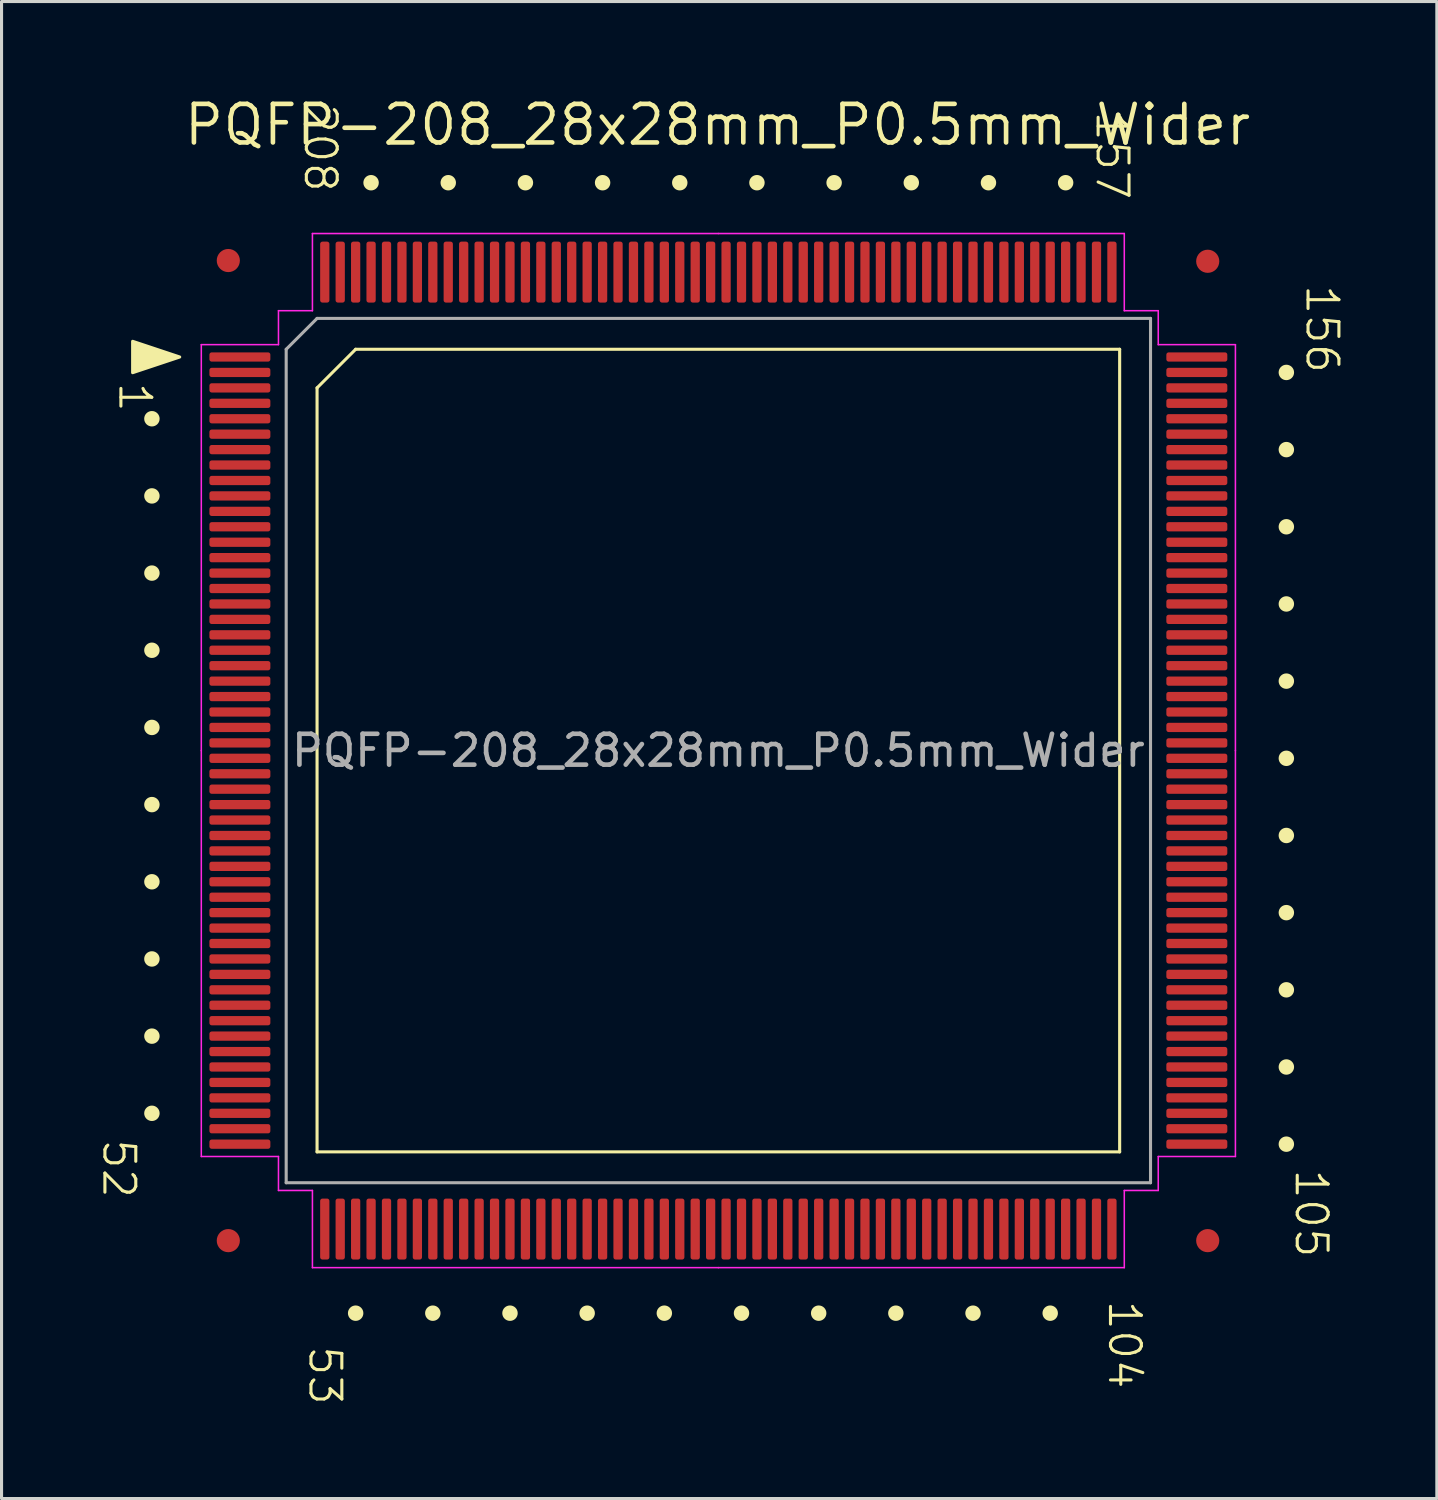
<source format=kicad_pcb>
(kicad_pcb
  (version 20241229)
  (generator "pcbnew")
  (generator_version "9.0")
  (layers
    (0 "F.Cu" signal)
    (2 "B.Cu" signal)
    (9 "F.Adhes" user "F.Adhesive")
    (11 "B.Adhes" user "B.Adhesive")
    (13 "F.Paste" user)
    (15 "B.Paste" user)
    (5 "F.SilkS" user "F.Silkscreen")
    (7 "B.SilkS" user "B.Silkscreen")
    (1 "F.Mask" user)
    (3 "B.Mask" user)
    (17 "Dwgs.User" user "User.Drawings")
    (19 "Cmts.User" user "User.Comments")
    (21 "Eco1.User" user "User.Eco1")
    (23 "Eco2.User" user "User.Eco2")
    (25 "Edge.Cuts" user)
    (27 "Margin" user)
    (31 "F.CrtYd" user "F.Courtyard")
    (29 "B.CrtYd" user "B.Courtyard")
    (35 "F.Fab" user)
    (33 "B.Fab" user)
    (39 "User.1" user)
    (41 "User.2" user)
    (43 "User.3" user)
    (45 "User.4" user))
  (footprint "PQFP-208_28x28mm_P0.5mm_Wider"
    (layer "F.Cu")
    (at 20.221 21.265)
    (property "Reference" "PQFP-208_28x28mm_P0.5mm_Wider" (at -0.025 -20.271 0) (layer "F.SilkS") (effects (font (size 1.25 1.25) (thickness 0.15))))
    (attr smd)
    (fp_rect (start -14.353 -17.375) (end -17.353 -14.375) (stroke (width 0) (type solid)) (fill yes) (layer "F.Mask"))
    (fp_rect (start -14.353 14.375) (end -17.353 17.375) (stroke (width 0) (type solid)) (fill yes) (layer "F.Mask"))
    (fp_rect (start 17.374 -17.374) (end 14.374 -14.374) (stroke (width 0) (type solid)) (fill yes) (layer "F.Mask"))
    (fp_rect (start 17.375 14.375) (end 14.375 17.375) (stroke (width 0) (type solid)) (fill yes) (layer "F.Mask"))
    (fp_line (start -13 -11.75) (end -11.75 -13) (stroke (width 0.1) (type solid)) (layer "F.SilkS"))
    (fp_line (start -13 13) (end -13 -11.75) (stroke (width 0.1) (type solid)) (layer "F.SilkS"))
    (fp_line (start -11.75 -13) (end 13 -13) (stroke (width 0.1) (type solid)) (layer "F.SilkS"))
    (fp_line (start 13 -13) (end 13 13) (stroke (width 0.1) (type solid)) (layer "F.SilkS"))
    (fp_line (start 13 13) (end -13 13) (stroke (width 0.1) (type solid)) (layer "F.SilkS"))
    (fp_circle (center -18.35 -10.75) (end -18.15 -10.75) (stroke (width 0.1) (type solid)) (fill yes) (layer "F.SilkS"))
    (fp_circle (center -18.35 -8.25) (end -18.15 -8.25) (stroke (width 0.1) (type solid)) (fill yes) (layer "F.SilkS"))
    (fp_circle (center -18.35 -5.75) (end -18.15 -5.75) (stroke (width 0.1) (type solid)) (fill yes) (layer "F.SilkS"))
    (fp_circle (center -18.35 -3.25) (end -18.15 -3.25) (stroke (width 0.1) (type solid)) (fill yes) (layer "F.SilkS"))
    (fp_circle (center -18.35 -0.75) (end -18.15 -0.75) (stroke (width 0.1) (type solid)) (fill yes) (layer "F.SilkS"))
    (fp_circle (center -18.35 1.75) (end -18.15 1.75) (stroke (width 0.1) (type solid)) (fill yes) (layer "F.SilkS"))
    (fp_circle (center -18.35 4.25) (end -18.15 4.25) (stroke (width 0.1) (type solid)) (fill yes) (layer "F.SilkS"))
    (fp_circle (center -18.35 6.75) (end -18.15 6.75) (stroke (width 0.1) (type solid)) (fill yes) (layer "F.SilkS"))
    (fp_circle (center -18.35 9.25) (end -18.15 9.25) (stroke (width 0.1) (type solid)) (fill yes) (layer "F.SilkS"))
    (fp_circle (center -18.35 11.75) (end -18.15 11.75) (stroke (width 0.1) (type solid)) (fill yes) (layer "F.SilkS"))
    (fp_circle (center -11.75 18.225) (end -11.55 18.225) (stroke (width 0.1) (type solid)) (fill yes) (layer "F.SilkS"))
    (fp_circle (center -11.25 -18.396) (end -11.05 -18.396) (stroke (width 0.1) (type solid)) (fill yes) (layer "F.SilkS"))
    (fp_circle (center -9.25 18.225) (end -9.05 18.225) (stroke (width 0.1) (type solid)) (fill yes) (layer "F.SilkS"))
    (fp_circle (center -8.75 -18.396) (end -8.55 -18.396) (stroke (width 0.1) (type solid)) (fill yes) (layer "F.SilkS"))
    (fp_circle (center -6.75 18.225) (end -6.55 18.225) (stroke (width 0.1) (type solid)) (fill yes) (layer "F.SilkS"))
    (fp_circle (center -6.25 -18.396) (end -6.05 -18.396) (stroke (width 0.1) (type solid)) (fill yes) (layer "F.SilkS"))
    (fp_circle (center -4.25 18.225) (end -4.05 18.225) (stroke (width 0.1) (type solid)) (fill yes) (layer "F.SilkS"))
    (fp_circle (center -3.75 -18.396) (end -3.55 -18.396) (stroke (width 0.1) (type solid)) (fill yes) (layer "F.SilkS"))
    (fp_circle (center -1.75 18.225) (end -1.55 18.225) (stroke (width 0.1) (type solid)) (fill yes) (layer "F.SilkS"))
    (fp_circle (center -1.25 -18.396) (end -1.05 -18.396) (stroke (width 0.1) (type solid)) (fill yes) (layer "F.SilkS"))
    (fp_circle (center 0.75 18.225) (end 0.95 18.225) (stroke (width 0.1) (type solid)) (fill yes) (layer "F.SilkS"))
    (fp_circle (center 1.25 -18.396) (end 1.45 -18.396) (stroke (width 0.1) (type solid)) (fill yes) (layer "F.SilkS"))
    (fp_circle (center 3.25 18.225) (end 3.45 18.225) (stroke (width 0.1) (type solid)) (fill yes) (layer "F.SilkS"))
    (fp_circle (center 3.75 -18.396) (end 3.95 -18.396) (stroke (width 0.1) (type solid)) (fill yes) (layer "F.SilkS"))
    (fp_circle (center 5.75 18.225) (end 5.95 18.225) (stroke (width 0.1) (type solid)) (fill yes) (layer "F.SilkS"))
    (fp_circle (center 6.25 -18.396) (end 6.45 -18.396) (stroke (width 0.1) (type solid)) (fill yes) (layer "F.SilkS"))
    (fp_circle (center 8.25 18.225) (end 8.45 18.225) (stroke (width 0.1) (type solid)) (fill yes) (layer "F.SilkS"))
    (fp_circle (center 8.75 -18.396) (end 8.95 -18.396) (stroke (width 0.1) (type solid)) (fill yes) (layer "F.SilkS"))
    (fp_circle (center 10.75 18.225) (end 10.95 18.225) (stroke (width 0.1) (type solid)) (fill yes) (layer "F.SilkS"))
    (fp_circle (center 11.25 -18.396) (end 11.45 -18.396) (stroke (width 0.1) (type solid)) (fill yes) (layer "F.SilkS"))
    (fp_circle (center 18.4 -12.25) (end 18.6 -12.25) (stroke (width 0.1) (type solid)) (fill yes) (layer "F.SilkS"))
    (fp_circle (center 18.4 -9.75) (end 18.6 -9.75) (stroke (width 0.1) (type solid)) (fill yes) (layer "F.SilkS"))
    (fp_circle (center 18.4 -7.25) (end 18.6 -7.25) (stroke (width 0.1) (type solid)) (fill yes) (layer "F.SilkS"))
    (fp_circle (center 18.4 -4.75) (end 18.6 -4.75) (stroke (width 0.1) (type solid)) (fill yes) (layer "F.SilkS"))
    (fp_circle (center 18.4 -2.25) (end 18.6 -2.25) (stroke (width 0.1) (type solid)) (fill yes) (layer "F.SilkS"))
    (fp_circle (center 18.4 0.25) (end 18.6 0.25) (stroke (width 0.1) (type solid)) (fill yes) (layer "F.SilkS"))
    (fp_circle (center 18.4 2.75) (end 18.6 2.75) (stroke (width 0.1) (type solid)) (fill yes) (layer "F.SilkS"))
    (fp_circle (center 18.4 5.25) (end 18.6 5.25) (stroke (width 0.1) (type solid)) (fill yes) (layer "F.SilkS"))
    (fp_circle (center 18.4 7.75) (end 18.6 7.75) (stroke (width 0.1) (type solid)) (fill yes) (layer "F.SilkS"))
    (fp_circle (center 18.4 10.25) (end 18.6 10.25) (stroke (width 0.1) (type solid)) (fill yes) (layer "F.SilkS"))
    (fp_circle (center 18.4 12.75) (end 18.6 12.75) (stroke (width 0.1) (type solid)) (fill yes) (layer "F.SilkS"))
    (fp_poly (pts (xy -17.45 -12.75) (xy -18.974 -13.258) (xy -18.974 -12.242)) (stroke (width 0.1) (type solid)) (fill yes) (layer "F.SilkS"))
    (fp_line (start -16.75 -13.15) (end -16.75 0) (stroke (width 0.05) (type solid)) (layer "F.CrtYd"))
    (fp_line (start -16.75 13.15) (end -16.75 0) (stroke (width 0.05) (type solid)) (layer "F.CrtYd"))
    (fp_line (start -14.25 -14.25) (end -14.25 -13.15) (stroke (width 0.05) (type solid)) (layer "F.CrtYd"))
    (fp_line (start -14.25 -13.15) (end -16.75 -13.15) (stroke (width 0.05) (type solid)) (layer "F.CrtYd"))
    (fp_line (start -14.25 13.15) (end -16.75 13.15) (stroke (width 0.05) (type solid)) (layer "F.CrtYd"))
    (fp_line (start -14.25 14.25) (end -14.25 13.15) (stroke (width 0.05) (type solid)) (layer "F.CrtYd"))
    (fp_line (start -13.15 -16.75) (end -13.15 -14.25) (stroke (width 0.05) (type solid)) (layer "F.CrtYd"))
    (fp_line (start -13.15 -14.25) (end -14.25 -14.25) (stroke (width 0.05) (type solid)) (layer "F.CrtYd"))
    (fp_line (start -13.15 14.25) (end -14.25 14.25) (stroke (width 0.05) (type solid)) (layer "F.CrtYd"))
    (fp_line (start -13.15 16.75) (end -13.15 14.25) (stroke (width 0.05) (type solid)) (layer "F.CrtYd"))
    (fp_line (start 0 -16.75) (end -13.15 -16.75) (stroke (width 0.05) (type solid)) (layer "F.CrtYd"))
    (fp_line (start 0 -16.75) (end 13.15 -16.75) (stroke (width 0.05) (type solid)) (layer "F.CrtYd"))
    (fp_line (start 0 16.75) (end -13.15 16.75) (stroke (width 0.05) (type solid)) (layer "F.CrtYd"))
    (fp_line (start 0 16.75) (end 13.15 16.75) (stroke (width 0.05) (type solid)) (layer "F.CrtYd"))
    (fp_line (start 13.15 -16.75) (end 13.15 -14.25) (stroke (width 0.05) (type solid)) (layer "F.CrtYd"))
    (fp_line (start 13.15 -14.25) (end 14.25 -14.25) (stroke (width 0.05) (type solid)) (layer "F.CrtYd"))
    (fp_line (start 13.15 14.25) (end 14.25 14.25) (stroke (width 0.05) (type solid)) (layer "F.CrtYd"))
    (fp_line (start 13.15 16.75) (end 13.15 14.25) (stroke (width 0.05) (type solid)) (layer "F.CrtYd"))
    (fp_line (start 14.25 -14.25) (end 14.25 -13.15) (stroke (width 0.05) (type solid)) (layer "F.CrtYd"))
    (fp_line (start 14.25 -13.15) (end 16.75 -13.15) (stroke (width 0.05) (type solid)) (layer "F.CrtYd"))
    (fp_line (start 14.25 13.15) (end 16.75 13.15) (stroke (width 0.05) (type solid)) (layer "F.CrtYd"))
    (fp_line (start 14.25 14.25) (end 14.25 13.15) (stroke (width 0.05) (type solid)) (layer "F.CrtYd"))
    (fp_line (start 16.75 -13.15) (end 16.75 0) (stroke (width 0.05) (type solid)) (layer "F.CrtYd"))
    (fp_line (start 16.75 13.15) (end 16.75 0) (stroke (width 0.05) (type solid)) (layer "F.CrtYd"))
    (fp_line (start -14 -13) (end -13 -14) (stroke (width 0.1) (type solid)) (layer "F.Fab"))
    (fp_line (start -14 14) (end -14 -13) (stroke (width 0.1) (type solid)) (layer "F.Fab"))
    (fp_line (start -13 -14) (end 14 -14) (stroke (width 0.1) (type solid)) (layer "F.Fab"))
    (fp_line (start 14 -14) (end 14 14) (stroke (width 0.1) (type solid)) (layer "F.Fab"))
    (fp_line (start 14 14) (end -14 14) (stroke (width 0.1) (type solid)) (layer "F.Fab"))
    (fp_text user "156" (at 18.975 -15.15 270) (unlocked yes) (layer "F.SilkS") (effects (font (size 1 1) (thickness 0.1)) (justify left bottom)))
    (fp_text user "52" (at -20 12.525 270) (unlocked yes) (layer "F.SilkS") (effects (font (size 1 1) (thickness 0.1)) (justify left bottom)))
    (fp_text user "208" (at -13.475 -21.021 270) (unlocked yes) (layer "F.SilkS") (effects (font (size 1 1) (thickness 0.1)) (justify left bottom)))
    (fp_text user "105" (at 18.625 13.5 270) (unlocked yes) (layer "F.SilkS") (effects (font (size 1 1) (thickness 0.1)) (justify left bottom)))
    (fp_text user "104" (at 12.575 17.75 270) (unlocked yes) (layer "F.SilkS") (effects (font (size 1 1) (thickness 0.1)) (justify left bottom)))
    (fp_text user "1" (at -19.482 -11.988 270) (unlocked yes) (layer "F.SilkS") (effects (font (size 1 1) (thickness 0.1)) (justify left bottom)))
    (fp_text user "157" (at 12.175 -20.771 270) (unlocked yes) (layer "F.SilkS") (effects (font (size 1 1) (thickness 0.1)) (justify left bottom)))
    (fp_text user "53" (at -13.325 19.225 270) (unlocked yes) (layer "F.SilkS") (effects (font (size 1 1) (thickness 0.1)) (justify left bottom)))
    (fp_text user "${REFERENCE}" (at 0 0 0) (layer "F.Fab") (effects (font (size 1 1) (thickness 0.15))))
    (pad "0" smd circle (at -15.875 -15.875 270) (size 0.75 0.75) (layers "F.Cu" "F.Mask" "F.Paste"))
    (pad "0" smd circle (at -15.875 15.875 270) (size 0.75 0.75) (layers "F.Cu" "F.Mask" "F.Paste"))
    (pad "0" smd circle (at 15.853 -15.851 270) (size 0.75 0.75) (layers "F.Cu" "F.Mask" "F.Paste"))
    (pad "0" smd circle (at 15.853 15.875 270) (size 0.75 0.75) (layers "F.Cu" "F.Mask" "F.Paste"))
    (pad "1" smd roundrect (at -15.5 -12.75) (size 1.975 0.3) (layers "F.Cu" "F.Mask" "F.Paste") (roundrect_rratio 0.25))
    (pad "2" smd roundrect (at -15.5 -12.25) (size 1.975 0.3) (layers "F.Cu" "F.Mask" "F.Paste") (roundrect_rratio 0.25))
    (pad "3" smd roundrect (at -15.5 -11.75) (size 1.975 0.3) (layers "F.Cu" "F.Mask" "F.Paste") (roundrect_rratio 0.25))
    (pad "4" smd roundrect (at -15.5 -11.25) (size 1.975 0.3) (layers "F.Cu" "F.Mask" "F.Paste") (roundrect_rratio 0.25))
    (pad "5" smd roundrect (at -15.5 -10.75) (size 1.975 0.3) (layers "F.Cu" "F.Mask" "F.Paste") (roundrect_rratio 0.25))
    (pad "6" smd roundrect (at -15.5 -10.25) (size 1.975 0.3) (layers "F.Cu" "F.Mask" "F.Paste") (roundrect_rratio 0.25))
    (pad "7" smd roundrect (at -15.5 -9.75) (size 1.975 0.3) (layers "F.Cu" "F.Mask" "F.Paste") (roundrect_rratio 0.25))
    (pad "8" smd roundrect (at -15.5 -9.25) (size 1.975 0.3) (layers "F.Cu" "F.Mask" "F.Paste") (roundrect_rratio 0.25))
    (pad "9" smd roundrect (at -15.5 -8.75) (size 1.975 0.3) (layers "F.Cu" "F.Mask" "F.Paste") (roundrect_rratio 0.25))
    (pad "10" smd roundrect (at -15.5 -8.25) (size 1.975 0.3) (layers "F.Cu" "F.Mask" "F.Paste") (roundrect_rratio 0.25))
    (pad "11" smd roundrect (at -15.5 -7.75) (size 1.975 0.3) (layers "F.Cu" "F.Mask" "F.Paste") (roundrect_rratio 0.25))
    (pad "12" smd roundrect (at -15.5 -7.25) (size 1.975 0.3) (layers "F.Cu" "F.Mask" "F.Paste") (roundrect_rratio 0.25))
    (pad "13" smd roundrect (at -15.5 -6.75) (size 1.975 0.3) (layers "F.Cu" "F.Mask" "F.Paste") (roundrect_rratio 0.25))
    (pad "14" smd roundrect (at -15.5 -6.25) (size 1.975 0.3) (layers "F.Cu" "F.Mask" "F.Paste") (roundrect_rratio 0.25))
    (pad "15" smd roundrect (at -15.5 -5.75) (size 1.975 0.3) (layers "F.Cu" "F.Mask" "F.Paste") (roundrect_rratio 0.25))
    (pad "16" smd roundrect (at -15.5 -5.25) (size 1.975 0.3) (layers "F.Cu" "F.Mask" "F.Paste") (roundrect_rratio 0.25))
    (pad "17" smd roundrect (at -15.5 -4.75) (size 1.975 0.3) (layers "F.Cu" "F.Mask" "F.Paste") (roundrect_rratio 0.25))
    (pad "18" smd roundrect (at -15.5 -4.25) (size 1.975 0.3) (layers "F.Cu" "F.Mask" "F.Paste") (roundrect_rratio 0.25))
    (pad "19" smd roundrect (at -15.5 -3.75) (size 1.975 0.3) (layers "F.Cu" "F.Mask" "F.Paste") (roundrect_rratio 0.25))
    (pad "20" smd roundrect (at -15.5 -3.25) (size 1.975 0.3) (layers "F.Cu" "F.Mask" "F.Paste") (roundrect_rratio 0.25))
    (pad "21" smd roundrect (at -15.5 -2.75) (size 1.975 0.3) (layers "F.Cu" "F.Mask" "F.Paste") (roundrect_rratio 0.25))
    (pad "22" smd roundrect (at -15.5 -2.25) (size 1.975 0.3) (layers "F.Cu" "F.Mask" "F.Paste") (roundrect_rratio 0.25))
    (pad "23" smd roundrect (at -15.5 -1.75) (size 1.975 0.3) (layers "F.Cu" "F.Mask" "F.Paste") (roundrect_rratio 0.25))
    (pad "24" smd roundrect (at -15.5 -1.25) (size 1.975 0.3) (layers "F.Cu" "F.Mask" "F.Paste") (roundrect_rratio 0.25))
    (pad "25" smd roundrect (at -15.5 -0.75) (size 1.975 0.3) (layers "F.Cu" "F.Mask" "F.Paste") (roundrect_rratio 0.25))
    (pad "26" smd roundrect (at -15.5 -0.25) (size 1.975 0.3) (layers "F.Cu" "F.Mask" "F.Paste") (roundrect_rratio 0.25))
    (pad "27" smd roundrect (at -15.5 0.25) (size 1.975 0.3) (layers "F.Cu" "F.Mask" "F.Paste") (roundrect_rratio 0.25))
    (pad "28" smd roundrect (at -15.5 0.75) (size 1.975 0.3) (layers "F.Cu" "F.Mask" "F.Paste") (roundrect_rratio 0.25))
    (pad "29" smd roundrect (at -15.5 1.25) (size 1.975 0.3) (layers "F.Cu" "F.Mask" "F.Paste") (roundrect_rratio 0.25))
    (pad "30" smd roundrect (at -15.5 1.75) (size 1.975 0.3) (layers "F.Cu" "F.Mask" "F.Paste") (roundrect_rratio 0.25))
    (pad "31" smd roundrect (at -15.5 2.25) (size 1.975 0.3) (layers "F.Cu" "F.Mask" "F.Paste") (roundrect_rratio 0.25))
    (pad "32" smd roundrect (at -15.5 2.75) (size 1.975 0.3) (layers "F.Cu" "F.Mask" "F.Paste") (roundrect_rratio 0.25))
    (pad "33" smd roundrect (at -15.5 3.25) (size 1.975 0.3) (layers "F.Cu" "F.Mask" "F.Paste") (roundrect_rratio 0.25))
    (pad "34" smd roundrect (at -15.5 3.75) (size 1.975 0.3) (layers "F.Cu" "F.Mask" "F.Paste") (roundrect_rratio 0.25))
    (pad "35" smd roundrect (at -15.5 4.25) (size 1.975 0.3) (layers "F.Cu" "F.Mask" "F.Paste") (roundrect_rratio 0.25))
    (pad "36" smd roundrect (at -15.5 4.75) (size 1.975 0.3) (layers "F.Cu" "F.Mask" "F.Paste") (roundrect_rratio 0.25))
    (pad "37" smd roundrect (at -15.5 5.25) (size 1.975 0.3) (layers "F.Cu" "F.Mask" "F.Paste") (roundrect_rratio 0.25))
    (pad "38" smd roundrect (at -15.5 5.75) (size 1.975 0.3) (layers "F.Cu" "F.Mask" "F.Paste") (roundrect_rratio 0.25))
    (pad "39" smd roundrect (at -15.5 6.25) (size 1.975 0.3) (layers "F.Cu" "F.Mask" "F.Paste") (roundrect_rratio 0.25))
    (pad "40" smd roundrect (at -15.5 6.75) (size 1.975 0.3) (layers "F.Cu" "F.Mask" "F.Paste") (roundrect_rratio 0.25))
    (pad "41" smd roundrect (at -15.5 7.25) (size 1.975 0.3) (layers "F.Cu" "F.Mask" "F.Paste") (roundrect_rratio 0.25))
    (pad "42" smd roundrect (at -15.5 7.75) (size 1.975 0.3) (layers "F.Cu" "F.Mask" "F.Paste") (roundrect_rratio 0.25))
    (pad "43" smd roundrect (at -15.5 8.25) (size 1.975 0.3) (layers "F.Cu" "F.Mask" "F.Paste") (roundrect_rratio 0.25))
    (pad "44" smd roundrect (at -15.5 8.75) (size 1.975 0.3) (layers "F.Cu" "F.Mask" "F.Paste") (roundrect_rratio 0.25))
    (pad "45" smd roundrect (at -15.5 9.25) (size 1.975 0.3) (layers "F.Cu" "F.Mask" "F.Paste") (roundrect_rratio 0.25))
    (pad "46" smd roundrect (at -15.5 9.75) (size 1.975 0.3) (layers "F.Cu" "F.Mask" "F.Paste") (roundrect_rratio 0.25))
    (pad "47" smd roundrect (at -15.5 10.25) (size 1.975 0.3) (layers "F.Cu" "F.Mask" "F.Paste") (roundrect_rratio 0.25))
    (pad "48" smd roundrect (at -15.5 10.75) (size 1.975 0.3) (layers "F.Cu" "F.Mask" "F.Paste") (roundrect_rratio 0.25))
    (pad "49" smd roundrect (at -15.5 11.25) (size 1.975 0.3) (layers "F.Cu" "F.Mask" "F.Paste") (roundrect_rratio 0.25))
    (pad "50" smd roundrect (at -15.5 11.75) (size 1.975 0.3) (layers "F.Cu" "F.Mask" "F.Paste") (roundrect_rratio 0.25))
    (pad "51" smd roundrect (at -15.5 12.25) (size 1.975 0.3) (layers "F.Cu" "F.Mask" "F.Paste") (roundrect_rratio 0.25))
    (pad "52" smd roundrect (at -15.5 12.75) (size 1.975 0.3) (layers "F.Cu" "F.Mask" "F.Paste") (roundrect_rratio 0.25))
    (pad "53" smd roundrect (at -12.75 15.5) (size 0.3 1.975) (layers "F.Cu" "F.Mask" "F.Paste") (roundrect_rratio 0.25))
    (pad "54" smd roundrect (at -12.25 15.5) (size 0.3 1.975) (layers "F.Cu" "F.Mask" "F.Paste") (roundrect_rratio 0.25))
    (pad "55" smd roundrect (at -11.75 15.5) (size 0.3 1.975) (layers "F.Cu" "F.Mask" "F.Paste") (roundrect_rratio 0.25))
    (pad "56" smd roundrect (at -11.25 15.5) (size 0.3 1.975) (layers "F.Cu" "F.Mask" "F.Paste") (roundrect_rratio 0.25))
    (pad "57" smd roundrect (at -10.75 15.5) (size 0.3 1.975) (layers "F.Cu" "F.Mask" "F.Paste") (roundrect_rratio 0.25))
    (pad "58" smd roundrect (at -10.25 15.5) (size 0.3 1.975) (layers "F.Cu" "F.Mask" "F.Paste") (roundrect_rratio 0.25))
    (pad "59" smd roundrect (at -9.75 15.5) (size 0.3 1.975) (layers "F.Cu" "F.Mask" "F.Paste") (roundrect_rratio 0.25))
    (pad "60" smd roundrect (at -9.25 15.5) (size 0.3 1.975) (layers "F.Cu" "F.Mask" "F.Paste") (roundrect_rratio 0.25))
    (pad "61" smd roundrect (at -8.75 15.5) (size 0.3 1.975) (layers "F.Cu" "F.Mask" "F.Paste") (roundrect_rratio 0.25))
    (pad "62" smd roundrect (at -8.25 15.5) (size 0.3 1.975) (layers "F.Cu" "F.Mask" "F.Paste") (roundrect_rratio 0.25))
    (pad "63" smd roundrect (at -7.75 15.5) (size 0.3 1.975) (layers "F.Cu" "F.Mask" "F.Paste") (roundrect_rratio 0.25))
    (pad "64" smd roundrect (at -7.25 15.5) (size 0.3 1.975) (layers "F.Cu" "F.Mask" "F.Paste") (roundrect_rratio 0.25))
    (pad "65" smd roundrect (at -6.75 15.5) (size 0.3 1.975) (layers "F.Cu" "F.Mask" "F.Paste") (roundrect_rratio 0.25))
    (pad "66" smd roundrect (at -6.25 15.5) (size 0.3 1.975) (layers "F.Cu" "F.Mask" "F.Paste") (roundrect_rratio 0.25))
    (pad "67" smd roundrect (at -5.75 15.5) (size 0.3 1.975) (layers "F.Cu" "F.Mask" "F.Paste") (roundrect_rratio 0.25))
    (pad "68" smd roundrect (at -5.25 15.5) (size 0.3 1.975) (layers "F.Cu" "F.Mask" "F.Paste") (roundrect_rratio 0.25))
    (pad "69" smd roundrect (at -4.75 15.5) (size 0.3 1.975) (layers "F.Cu" "F.Mask" "F.Paste") (roundrect_rratio 0.25))
    (pad "70" smd roundrect (at -4.25 15.5) (size 0.3 1.975) (layers "F.Cu" "F.Mask" "F.Paste") (roundrect_rratio 0.25))
    (pad "71" smd roundrect (at -3.75 15.5) (size 0.3 1.975) (layers "F.Cu" "F.Mask" "F.Paste") (roundrect_rratio 0.25))
    (pad "72" smd roundrect (at -3.25 15.5) (size 0.3 1.975) (layers "F.Cu" "F.Mask" "F.Paste") (roundrect_rratio 0.25))
    (pad "73" smd roundrect (at -2.75 15.5) (size 0.3 1.975) (layers "F.Cu" "F.Mask" "F.Paste") (roundrect_rratio 0.25))
    (pad "74" smd roundrect (at -2.25 15.5) (size 0.3 1.975) (layers "F.Cu" "F.Mask" "F.Paste") (roundrect_rratio 0.25))
    (pad "75" smd roundrect (at -1.75 15.5) (size 0.3 1.975) (layers "F.Cu" "F.Mask" "F.Paste") (roundrect_rratio 0.25))
    (pad "76" smd roundrect (at -1.25 15.5) (size 0.3 1.975) (layers "F.Cu" "F.Mask" "F.Paste") (roundrect_rratio 0.25))
    (pad "77" smd roundrect (at -0.75 15.5) (size 0.3 1.975) (layers "F.Cu" "F.Mask" "F.Paste") (roundrect_rratio 0.25))
    (pad "78" smd roundrect (at -0.25 15.5) (size 0.3 1.975) (layers "F.Cu" "F.Mask" "F.Paste") (roundrect_rratio 0.25))
    (pad "79" smd roundrect (at 0.25 15.5) (size 0.3 1.975) (layers "F.Cu" "F.Mask" "F.Paste") (roundrect_rratio 0.25))
    (pad "80" smd roundrect (at 0.75 15.5) (size 0.3 1.975) (layers "F.Cu" "F.Mask" "F.Paste") (roundrect_rratio 0.25))
    (pad "81" smd roundrect (at 1.25 15.5) (size 0.3 1.975) (layers "F.Cu" "F.Mask" "F.Paste") (roundrect_rratio 0.25))
    (pad "82" smd roundrect (at 1.75 15.5) (size 0.3 1.975) (layers "F.Cu" "F.Mask" "F.Paste") (roundrect_rratio 0.25))
    (pad "83" smd roundrect (at 2.25 15.5) (size 0.3 1.975) (layers "F.Cu" "F.Mask" "F.Paste") (roundrect_rratio 0.25))
    (pad "84" smd roundrect (at 2.75 15.5) (size 0.3 1.975) (layers "F.Cu" "F.Mask" "F.Paste") (roundrect_rratio 0.25))
    (pad "85" smd roundrect (at 3.25 15.5) (size 0.3 1.975) (layers "F.Cu" "F.Mask" "F.Paste") (roundrect_rratio 0.25))
    (pad "86" smd roundrect (at 3.75 15.5) (size 0.3 1.975) (layers "F.Cu" "F.Mask" "F.Paste") (roundrect_rratio 0.25))
    (pad "87" smd roundrect (at 4.25 15.5) (size 0.3 1.975) (layers "F.Cu" "F.Mask" "F.Paste") (roundrect_rratio 0.25))
    (pad "88" smd roundrect (at 4.75 15.5) (size 0.3 1.975) (layers "F.Cu" "F.Mask" "F.Paste") (roundrect_rratio 0.25))
    (pad "89" smd roundrect (at 5.25 15.5) (size 0.3 1.975) (layers "F.Cu" "F.Mask" "F.Paste") (roundrect_rratio 0.25))
    (pad "90" smd roundrect (at 5.75 15.5) (size 0.3 1.975) (layers "F.Cu" "F.Mask" "F.Paste") (roundrect_rratio 0.25))
    (pad "91" smd roundrect (at 6.25 15.5) (size 0.3 1.975) (layers "F.Cu" "F.Mask" "F.Paste") (roundrect_rratio 0.25))
    (pad "92" smd roundrect (at 6.75 15.5) (size 0.3 1.975) (layers "F.Cu" "F.Mask" "F.Paste") (roundrect_rratio 0.25))
    (pad "93" smd roundrect (at 7.25 15.5) (size 0.3 1.975) (layers "F.Cu" "F.Mask" "F.Paste") (roundrect_rratio 0.25))
    (pad "94" smd roundrect (at 7.75 15.5) (size 0.3 1.975) (layers "F.Cu" "F.Mask" "F.Paste") (roundrect_rratio 0.25))
    (pad "95" smd roundrect (at 8.25 15.5) (size 0.3 1.975) (layers "F.Cu" "F.Mask" "F.Paste") (roundrect_rratio 0.25))
    (pad "96" smd roundrect (at 8.75 15.5) (size 0.3 1.975) (layers "F.Cu" "F.Mask" "F.Paste") (roundrect_rratio 0.25))
    (pad "97" smd roundrect (at 9.25 15.5) (size 0.3 1.975) (layers "F.Cu" "F.Mask" "F.Paste") (roundrect_rratio 0.25))
    (pad "98" smd roundrect (at 9.75 15.5) (size 0.3 1.975) (layers "F.Cu" "F.Mask" "F.Paste") (roundrect_rratio 0.25))
    (pad "99" smd roundrect (at 10.25 15.5) (size 0.3 1.975) (layers "F.Cu" "F.Mask" "F.Paste") (roundrect_rratio 0.25))
    (pad "100" smd roundrect (at 10.75 15.5) (size 0.3 1.975) (layers "F.Cu" "F.Mask" "F.Paste") (roundrect_rratio 0.25))
    (pad "101" smd roundrect (at 11.25 15.5) (size 0.3 1.975) (layers "F.Cu" "F.Mask" "F.Paste") (roundrect_rratio 0.25))
    (pad "102" smd roundrect (at 11.75 15.5) (size 0.3 1.975) (layers "F.Cu" "F.Mask" "F.Paste") (roundrect_rratio 0.25))
    (pad "103" smd roundrect (at 12.25 15.5) (size 0.3 1.975) (layers "F.Cu" "F.Mask" "F.Paste") (roundrect_rratio 0.25))
    (pad "104" smd roundrect (at 12.75 15.5) (size 0.3 1.975) (layers "F.Cu" "F.Mask" "F.Paste") (roundrect_rratio 0.25))
    (pad "105" smd roundrect (at 15.5 12.75) (size 1.975 0.3) (layers "F.Cu" "F.Mask" "F.Paste") (roundrect_rratio 0.25))
    (pad "106" smd roundrect (at 15.5 12.25) (size 1.975 0.3) (layers "F.Cu" "F.Mask" "F.Paste") (roundrect_rratio 0.25))
    (pad "107" smd roundrect (at 15.5 11.75) (size 1.975 0.3) (layers "F.Cu" "F.Mask" "F.Paste") (roundrect_rratio 0.25))
    (pad "108" smd roundrect (at 15.5 11.25) (size 1.975 0.3) (layers "F.Cu" "F.Mask" "F.Paste") (roundrect_rratio 0.25))
    (pad "109" smd roundrect (at 15.5 10.75) (size 1.975 0.3) (layers "F.Cu" "F.Mask" "F.Paste") (roundrect_rratio 0.25))
    (pad "110" smd roundrect (at 15.5 10.25) (size 1.975 0.3) (layers "F.Cu" "F.Mask" "F.Paste") (roundrect_rratio 0.25))
    (pad "111" smd roundrect (at 15.5 9.75) (size 1.975 0.3) (layers "F.Cu" "F.Mask" "F.Paste") (roundrect_rratio 0.25))
    (pad "112" smd roundrect (at 15.5 9.25) (size 1.975 0.3) (layers "F.Cu" "F.Mask" "F.Paste") (roundrect_rratio 0.25))
    (pad "113" smd roundrect (at 15.5 8.75) (size 1.975 0.3) (layers "F.Cu" "F.Mask" "F.Paste") (roundrect_rratio 0.25))
    (pad "114" smd roundrect (at 15.5 8.25) (size 1.975 0.3) (layers "F.Cu" "F.Mask" "F.Paste") (roundrect_rratio 0.25))
    (pad "115" smd roundrect (at 15.5 7.75) (size 1.975 0.3) (layers "F.Cu" "F.Mask" "F.Paste") (roundrect_rratio 0.25))
    (pad "116" smd roundrect (at 15.5 7.25) (size 1.975 0.3) (layers "F.Cu" "F.Mask" "F.Paste") (roundrect_rratio 0.25))
    (pad "117" smd roundrect (at 15.5 6.75) (size 1.975 0.3) (layers "F.Cu" "F.Mask" "F.Paste") (roundrect_rratio 0.25))
    (pad "118" smd roundrect (at 15.5 6.25) (size 1.975 0.3) (layers "F.Cu" "F.Mask" "F.Paste") (roundrect_rratio 0.25))
    (pad "119" smd roundrect (at 15.5 5.75) (size 1.975 0.3) (layers "F.Cu" "F.Mask" "F.Paste") (roundrect_rratio 0.25))
    (pad "120" smd roundrect (at 15.5 5.25) (size 1.975 0.3) (layers "F.Cu" "F.Mask" "F.Paste") (roundrect_rratio 0.25))
    (pad "121" smd roundrect (at 15.5 4.75) (size 1.975 0.3) (layers "F.Cu" "F.Mask" "F.Paste") (roundrect_rratio 0.25))
    (pad "122" smd roundrect (at 15.5 4.25) (size 1.975 0.3) (layers "F.Cu" "F.Mask" "F.Paste") (roundrect_rratio 0.25))
    (pad "123" smd roundrect (at 15.5 3.75) (size 1.975 0.3) (layers "F.Cu" "F.Mask" "F.Paste") (roundrect_rratio 0.25))
    (pad "124" smd roundrect (at 15.5 3.25) (size 1.975 0.3) (layers "F.Cu" "F.Mask" "F.Paste") (roundrect_rratio 0.25))
    (pad "125" smd roundrect (at 15.5 2.75) (size 1.975 0.3) (layers "F.Cu" "F.Mask" "F.Paste") (roundrect_rratio 0.25))
    (pad "126" smd roundrect (at 15.5 2.25) (size 1.975 0.3) (layers "F.Cu" "F.Mask" "F.Paste") (roundrect_rratio 0.25))
    (pad "127" smd roundrect (at 15.5 1.75) (size 1.975 0.3) (layers "F.Cu" "F.Mask" "F.Paste") (roundrect_rratio 0.25))
    (pad "128" smd roundrect (at 15.5 1.25) (size 1.975 0.3) (layers "F.Cu" "F.Mask" "F.Paste") (roundrect_rratio 0.25))
    (pad "129" smd roundrect (at 15.5 0.75) (size 1.975 0.3) (layers "F.Cu" "F.Mask" "F.Paste") (roundrect_rratio 0.25))
    (pad "130" smd roundrect (at 15.5 0.25) (size 1.975 0.3) (layers "F.Cu" "F.Mask" "F.Paste") (roundrect_rratio 0.25))
    (pad "131" smd roundrect (at 15.5 -0.25) (size 1.975 0.3) (layers "F.Cu" "F.Mask" "F.Paste") (roundrect_rratio 0.25))
    (pad "132" smd roundrect (at 15.5 -0.75) (size 1.975 0.3) (layers "F.Cu" "F.Mask" "F.Paste") (roundrect_rratio 0.25))
    (pad "133" smd roundrect (at 15.5 -1.25) (size 1.975 0.3) (layers "F.Cu" "F.Mask" "F.Paste") (roundrect_rratio 0.25))
    (pad "134" smd roundrect (at 15.5 -1.75) (size 1.975 0.3) (layers "F.Cu" "F.Mask" "F.Paste") (roundrect_rratio 0.25))
    (pad "135" smd roundrect (at 15.5 -2.25) (size 1.975 0.3) (layers "F.Cu" "F.Mask" "F.Paste") (roundrect_rratio 0.25))
    (pad "136" smd roundrect (at 15.5 -2.75) (size 1.975 0.3) (layers "F.Cu" "F.Mask" "F.Paste") (roundrect_rratio 0.25))
    (pad "137" smd roundrect (at 15.5 -3.25) (size 1.975 0.3) (layers "F.Cu" "F.Mask" "F.Paste") (roundrect_rratio 0.25))
    (pad "138" smd roundrect (at 15.5 -3.75) (size 1.975 0.3) (layers "F.Cu" "F.Mask" "F.Paste") (roundrect_rratio 0.25))
    (pad "139" smd roundrect (at 15.5 -4.25) (size 1.975 0.3) (layers "F.Cu" "F.Mask" "F.Paste") (roundrect_rratio 0.25))
    (pad "140" smd roundrect (at 15.5 -4.75) (size 1.975 0.3) (layers "F.Cu" "F.Mask" "F.Paste") (roundrect_rratio 0.25))
    (pad "141" smd roundrect (at 15.5 -5.25) (size 1.975 0.3) (layers "F.Cu" "F.Mask" "F.Paste") (roundrect_rratio 0.25))
    (pad "142" smd roundrect (at 15.5 -5.75) (size 1.975 0.3) (layers "F.Cu" "F.Mask" "F.Paste") (roundrect_rratio 0.25))
    (pad "143" smd roundrect (at 15.5 -6.25) (size 1.975 0.3) (layers "F.Cu" "F.Mask" "F.Paste") (roundrect_rratio 0.25))
    (pad "144" smd roundrect (at 15.5 -6.75) (size 1.975 0.3) (layers "F.Cu" "F.Mask" "F.Paste") (roundrect_rratio 0.25))
    (pad "145" smd roundrect (at 15.5 -7.25) (size 1.975 0.3) (layers "F.Cu" "F.Mask" "F.Paste") (roundrect_rratio 0.25))
    (pad "146" smd roundrect (at 15.5 -7.75) (size 1.975 0.3) (layers "F.Cu" "F.Mask" "F.Paste") (roundrect_rratio 0.25))
    (pad "147" smd roundrect (at 15.5 -8.25) (size 1.975 0.3) (layers "F.Cu" "F.Mask" "F.Paste") (roundrect_rratio 0.25))
    (pad "148" smd roundrect (at 15.5 -8.75) (size 1.975 0.3) (layers "F.Cu" "F.Mask" "F.Paste") (roundrect_rratio 0.25))
    (pad "149" smd roundrect (at 15.5 -9.25) (size 1.975 0.3) (layers "F.Cu" "F.Mask" "F.Paste") (roundrect_rratio 0.25))
    (pad "150" smd roundrect (at 15.5 -9.75) (size 1.975 0.3) (layers "F.Cu" "F.Mask" "F.Paste") (roundrect_rratio 0.25))
    (pad "151" smd roundrect (at 15.5 -10.25) (size 1.975 0.3) (layers "F.Cu" "F.Mask" "F.Paste") (roundrect_rratio 0.25))
    (pad "152" smd roundrect (at 15.5 -10.75) (size 1.975 0.3) (layers "F.Cu" "F.Mask" "F.Paste") (roundrect_rratio 0.25))
    (pad "153" smd roundrect (at 15.5 -11.25) (size 1.975 0.3) (layers "F.Cu" "F.Mask" "F.Paste") (roundrect_rratio 0.25))
    (pad "154" smd roundrect (at 15.5 -11.75) (size 1.975 0.3) (layers "F.Cu" "F.Mask" "F.Paste") (roundrect_rratio 0.25))
    (pad "155" smd roundrect (at 15.5 -12.25) (size 1.975 0.3) (layers "F.Cu" "F.Mask" "F.Paste") (roundrect_rratio 0.25))
    (pad "156" smd roundrect (at 15.5 -12.75) (size 1.975 0.3) (layers "F.Cu" "F.Mask" "F.Paste") (roundrect_rratio 0.25))
    (pad "157" smd roundrect (at 12.75 -15.5) (size 0.3 1.975) (layers "F.Cu" "F.Mask" "F.Paste") (roundrect_rratio 0.25))
    (pad "158" smd roundrect (at 12.25 -15.5) (size 0.3 1.975) (layers "F.Cu" "F.Mask" "F.Paste") (roundrect_rratio 0.25))
    (pad "159" smd roundrect (at 11.75 -15.5) (size 0.3 1.975) (layers "F.Cu" "F.Mask" "F.Paste") (roundrect_rratio 0.25))
    (pad "160" smd roundrect (at 11.25 -15.5) (size 0.3 1.975) (layers "F.Cu" "F.Mask" "F.Paste") (roundrect_rratio 0.25))
    (pad "161" smd roundrect (at 10.75 -15.5) (size 0.3 1.975) (layers "F.Cu" "F.Mask" "F.Paste") (roundrect_rratio 0.25))
    (pad "162" smd roundrect (at 10.25 -15.5) (size 0.3 1.975) (layers "F.Cu" "F.Mask" "F.Paste") (roundrect_rratio 0.25))
    (pad "163" smd roundrect (at 9.75 -15.5) (size 0.3 1.975) (layers "F.Cu" "F.Mask" "F.Paste") (roundrect_rratio 0.25))
    (pad "164" smd roundrect (at 9.25 -15.5) (size 0.3 1.975) (layers "F.Cu" "F.Mask" "F.Paste") (roundrect_rratio 0.25))
    (pad "165" smd roundrect (at 8.75 -15.5) (size 0.3 1.975) (layers "F.Cu" "F.Mask" "F.Paste") (roundrect_rratio 0.25))
    (pad "166" smd roundrect (at 8.25 -15.5) (size 0.3 1.975) (layers "F.Cu" "F.Mask" "F.Paste") (roundrect_rratio 0.25))
    (pad "167" smd roundrect (at 7.75 -15.5) (size 0.3 1.975) (layers "F.Cu" "F.Mask" "F.Paste") (roundrect_rratio 0.25))
    (pad "168" smd roundrect (at 7.25 -15.5) (size 0.3 1.975) (layers "F.Cu" "F.Mask" "F.Paste") (roundrect_rratio 0.25))
    (pad "169" smd roundrect (at 6.75 -15.5) (size 0.3 1.975) (layers "F.Cu" "F.Mask" "F.Paste") (roundrect_rratio 0.25))
    (pad "170" smd roundrect (at 6.25 -15.5) (size 0.3 1.975) (layers "F.Cu" "F.Mask" "F.Paste") (roundrect_rratio 0.25))
    (pad "171" smd roundrect (at 5.75 -15.5) (size 0.3 1.975) (layers "F.Cu" "F.Mask" "F.Paste") (roundrect_rratio 0.25))
    (pad "172" smd roundrect (at 5.25 -15.5) (size 0.3 1.975) (layers "F.Cu" "F.Mask" "F.Paste") (roundrect_rratio 0.25))
    (pad "173" smd roundrect (at 4.75 -15.5) (size 0.3 1.975) (layers "F.Cu" "F.Mask" "F.Paste") (roundrect_rratio 0.25))
    (pad "174" smd roundrect (at 4.25 -15.5) (size 0.3 1.975) (layers "F.Cu" "F.Mask" "F.Paste") (roundrect_rratio 0.25))
    (pad "175" smd roundrect (at 3.75 -15.5) (size 0.3 1.975) (layers "F.Cu" "F.Mask" "F.Paste") (roundrect_rratio 0.25))
    (pad "176" smd roundrect (at 3.25 -15.5) (size 0.3 1.975) (layers "F.Cu" "F.Mask" "F.Paste") (roundrect_rratio 0.25))
    (pad "177" smd roundrect (at 2.75 -15.5) (size 0.3 1.975) (layers "F.Cu" "F.Mask" "F.Paste") (roundrect_rratio 0.25))
    (pad "178" smd roundrect (at 2.25 -15.5) (size 0.3 1.975) (layers "F.Cu" "F.Mask" "F.Paste") (roundrect_rratio 0.25))
    (pad "179" smd roundrect (at 1.75 -15.5) (size 0.3 1.975) (layers "F.Cu" "F.Mask" "F.Paste") (roundrect_rratio 0.25))
    (pad "180" smd roundrect (at 1.25 -15.5) (size 0.3 1.975) (layers "F.Cu" "F.Mask" "F.Paste") (roundrect_rratio 0.25))
    (pad "181" smd roundrect (at 0.75 -15.5) (size 0.3 1.975) (layers "F.Cu" "F.Mask" "F.Paste") (roundrect_rratio 0.25))
    (pad "182" smd roundrect (at 0.25 -15.5) (size 0.3 1.975) (layers "F.Cu" "F.Mask" "F.Paste") (roundrect_rratio 0.25))
    (pad "183" smd roundrect (at -0.25 -15.5) (size 0.3 1.975) (layers "F.Cu" "F.Mask" "F.Paste") (roundrect_rratio 0.25))
    (pad "184" smd roundrect (at -0.75 -15.5) (size 0.3 1.975) (layers "F.Cu" "F.Mask" "F.Paste") (roundrect_rratio 0.25))
    (pad "185" smd roundrect (at -1.25 -15.5) (size 0.3 1.975) (layers "F.Cu" "F.Mask" "F.Paste") (roundrect_rratio 0.25))
    (pad "186" smd roundrect (at -1.75 -15.5) (size 0.3 1.975) (layers "F.Cu" "F.Mask" "F.Paste") (roundrect_rratio 0.25))
    (pad "187" smd roundrect (at -2.25 -15.5) (size 0.3 1.975) (layers "F.Cu" "F.Mask" "F.Paste") (roundrect_rratio 0.25))
    (pad "188" smd roundrect (at -2.75 -15.5) (size 0.3 1.975) (layers "F.Cu" "F.Mask" "F.Paste") (roundrect_rratio 0.25))
    (pad "189" smd roundrect (at -3.25 -15.5) (size 0.3 1.975) (layers "F.Cu" "F.Mask" "F.Paste") (roundrect_rratio 0.25))
    (pad "190" smd roundrect (at -3.75 -15.5) (size 0.3 1.975) (layers "F.Cu" "F.Mask" "F.Paste") (roundrect_rratio 0.25))
    (pad "191" smd roundrect (at -4.25 -15.5) (size 0.3 1.975) (layers "F.Cu" "F.Mask" "F.Paste") (roundrect_rratio 0.25))
    (pad "192" smd roundrect (at -4.75 -15.5) (size 0.3 1.975) (layers "F.Cu" "F.Mask" "F.Paste") (roundrect_rratio 0.25))
    (pad "193" smd roundrect (at -5.25 -15.5) (size 0.3 1.975) (layers "F.Cu" "F.Mask" "F.Paste") (roundrect_rratio 0.25))
    (pad "194" smd roundrect (at -5.75 -15.5) (size 0.3 1.975) (layers "F.Cu" "F.Mask" "F.Paste") (roundrect_rratio 0.25))
    (pad "195" smd roundrect (at -6.25 -15.5) (size 0.3 1.975) (layers "F.Cu" "F.Mask" "F.Paste") (roundrect_rratio 0.25))
    (pad "196" smd roundrect (at -6.75 -15.5) (size 0.3 1.975) (layers "F.Cu" "F.Mask" "F.Paste") (roundrect_rratio 0.25))
    (pad "197" smd roundrect (at -7.25 -15.5) (size 0.3 1.975) (layers "F.Cu" "F.Mask" "F.Paste") (roundrect_rratio 0.25))
    (pad "198" smd roundrect (at -7.75 -15.5) (size 0.3 1.975) (layers "F.Cu" "F.Mask" "F.Paste") (roundrect_rratio 0.25))
    (pad "199" smd roundrect (at -8.25 -15.5) (size 0.3 1.975) (layers "F.Cu" "F.Mask" "F.Paste") (roundrect_rratio 0.25))
    (pad "200" smd roundrect (at -8.75 -15.5) (size 0.3 1.975) (layers "F.Cu" "F.Mask" "F.Paste") (roundrect_rratio 0.25))
    (pad "201" smd roundrect (at -9.25 -15.5) (size 0.3 1.975) (layers "F.Cu" "F.Mask" "F.Paste") (roundrect_rratio 0.25))
    (pad "202" smd roundrect (at -9.75 -15.5) (size 0.3 1.975) (layers "F.Cu" "F.Mask" "F.Paste") (roundrect_rratio 0.25))
    (pad "203" smd roundrect (at -10.25 -15.5) (size 0.3 1.975) (layers "F.Cu" "F.Mask" "F.Paste") (roundrect_rratio 0.25))
    (pad "204" smd roundrect (at -10.75 -15.5) (size 0.3 1.975) (layers "F.Cu" "F.Mask" "F.Paste") (roundrect_rratio 0.25))
    (pad "205" smd roundrect (at -11.25 -15.5) (size 0.3 1.975) (layers "F.Cu" "F.Mask" "F.Paste") (roundrect_rratio 0.25))
    (pad "206" smd roundrect (at -11.75 -15.5) (size 0.3 1.975) (layers "F.Cu" "F.Mask" "F.Paste") (roundrect_rratio 0.25))
    (pad "207" smd roundrect (at -12.25 -15.5) (size 0.3 1.975) (layers "F.Cu" "F.Mask" "F.Paste") (roundrect_rratio 0.25))
    (pad "208" smd roundrect (at -12.75 -15.5) (size 0.3 1.975) (layers "F.Cu" "F.Mask" "F.Paste") (roundrect_rratio 0.25)))
  (gr_rect
    (start -3 -3)
    (end 43.496 45.495)
    (stroke (width 0.1) (type default))
    (fill no)
    (layer "Edge.Cuts")))
</source>
